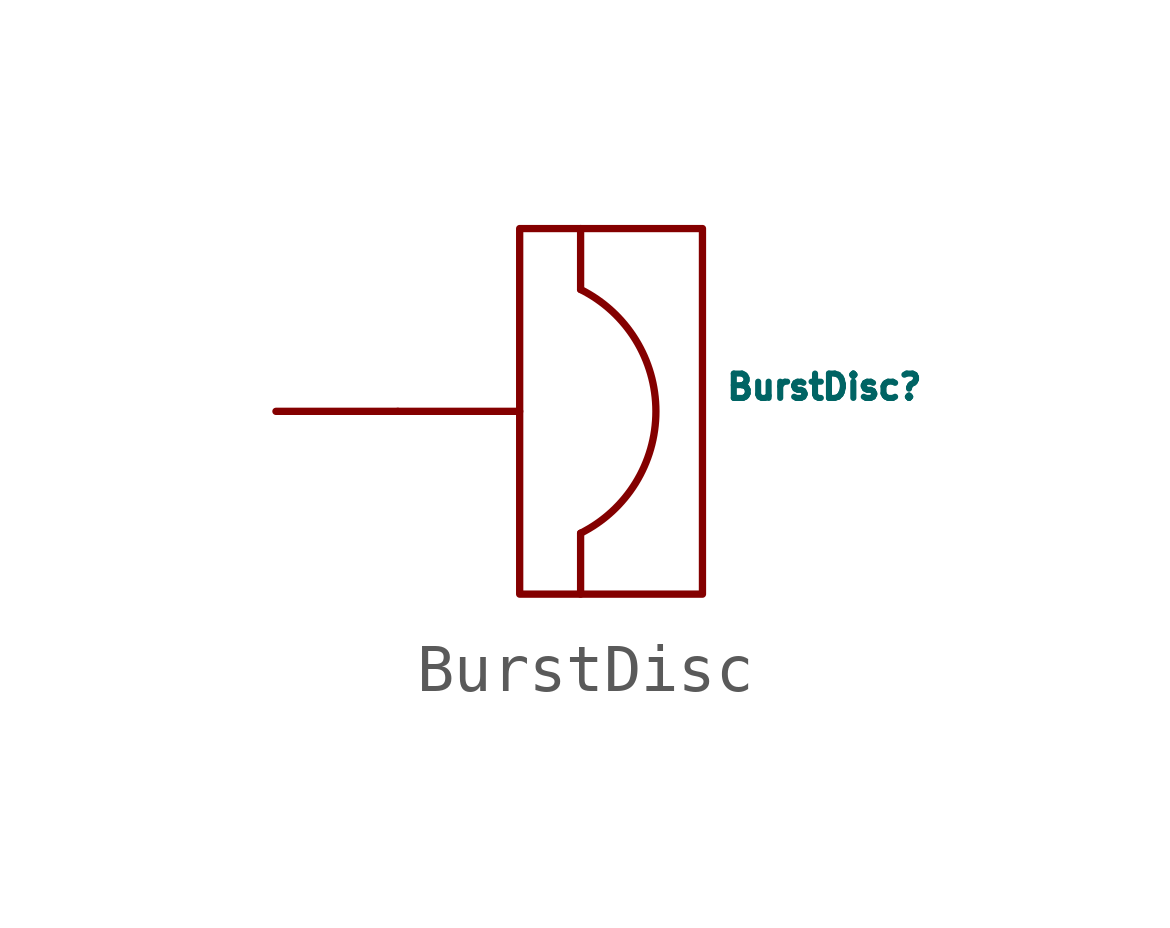
<source format=kicad_sym>
(kicad_symbol_lib
  (version 20211014)
  (generator kicad_symbol_editor)
  (symbol "BurstDisc"
    (pin_numbers hide)
    (pin_names
      (offset 1.016))
    (property "Reference" "BurstDisc"
      (at 3.81 0.508 0)
      (effects (font (size 0.508 0.508))))
    (symbol "BurstDisc_0_0"
      (rectangle (start -2.54 3.81) (end 1.27 -3.81) (stroke (width 0) (type default) (color 0 0 0 0)) (fill (type none)))
      (arc (start -1.27 -2.54) (mid 0.2998 0) (end -1.27 2.54) (stroke (width 0) (type default) (color 0 0 0 0)) (fill (type none)))
      (polyline (pts (xy -5.08 0) (xy -2.54 0)) (stroke (width 0) (type default) (color 0 0 0 0)) (fill (type none)))
      (polyline (pts (xy -1.27 -3.81) (xy -1.27 -2.54)) (stroke (width 0) (type default) (color 0 0 0 0)) (fill (type none)))
      (polyline (pts (xy -1.27 3.81) (xy -1.27 2.54)) (stroke (width 0) (type default) (color 0 0 0 0)) (fill (type none))))
    (symbol "BurstDisc_1_1"
      (pin bidirectional line (at -7.62 0 0) (length 2.54) (name "~" (effects (font (size 1.27 1.27)))) (number "~" (effects (font (size 1.27 1.27))))))))
</source>
